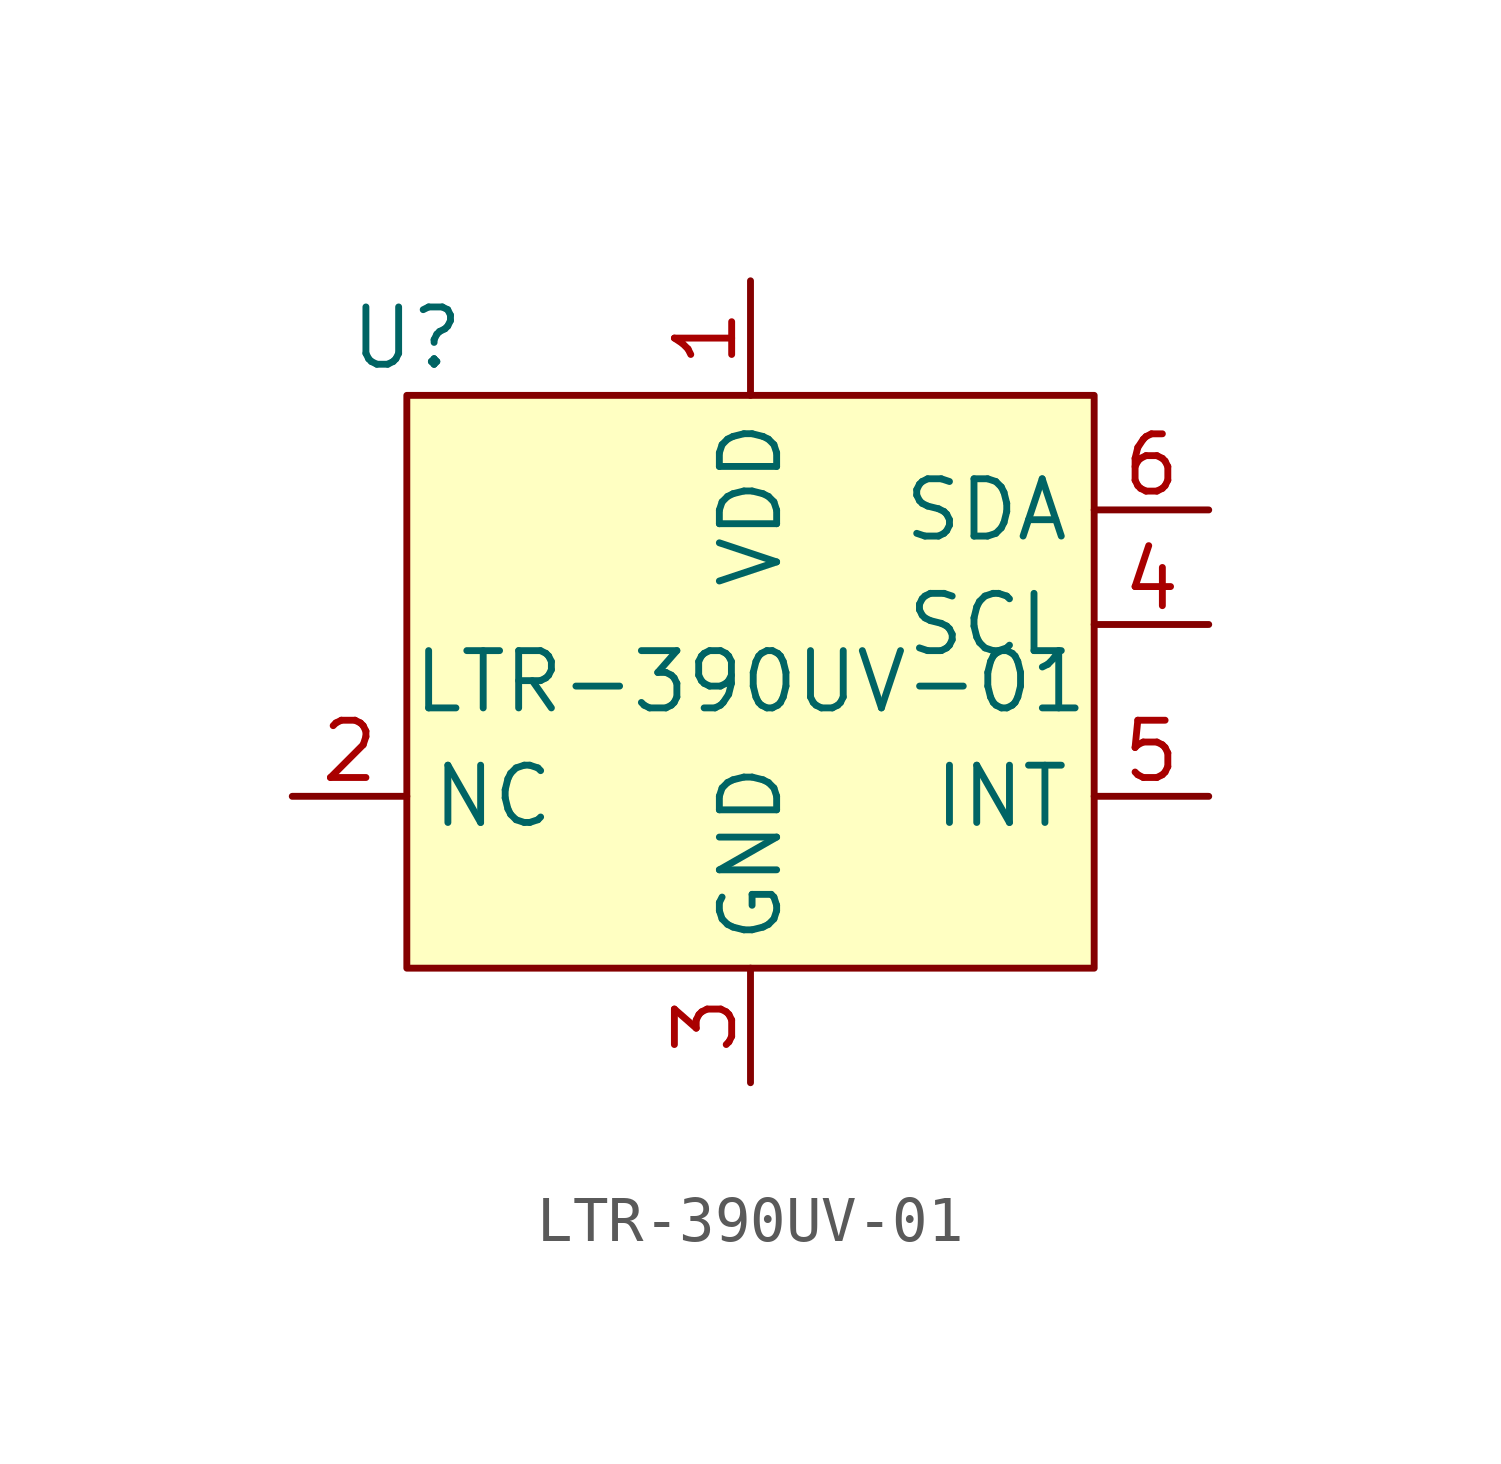
<source format=kicad_sym>
(kicad_symbol_lib
  (version 20241209)
  (generator "kicad_symbol_editor")
  (generator_version "9.0")
  (symbol "LTR-390UV-01"
    (property "Reference" "U"
      (at -7.62 7.62 0)
      (effects (font (size 1.27 1.27))))
    (property "Value" "LTR-390UV-01"
      (at 0 0 0)
      (effects (font (size 1.27 1.27))))
    (symbol "LTR-390UV-01_1_1"
      (rectangle (start -7.62 6.35) (end 7.62 -6.35) (stroke (width 0) (type solid)) (fill (type background)))
      (pin passive line (at -10.16 -2.54 0) (length 2.54) (name "NC" (effects (font (size 1.27 1.27)))) (number "2" (effects (font (size 1.27 1.27)))))
      (pin power_in line (at 0 8.89 270) (length 2.54) (name "VDD" (effects (font (size 1.27 1.27)))) (number "1" (effects (font (size 1.27 1.27)))))
      (pin power_in line (at 0 -8.89 90) (length 2.54) (name "GND" (effects (font (size 1.27 1.27)))) (number "3" (effects (font (size 1.27 1.27)))))
      (pin open_collector line (at 10.16 3.81 180) (length 2.54) (name "SDA" (effects (font (size 1.27 1.27)))) (number "6" (effects (font (size 1.27 1.27)))))
      (pin open_collector line (at 10.16 1.27 180) (length 2.54) (name "SCL" (effects (font (size 1.27 1.27)))) (number "4" (effects (font (size 1.27 1.27)))))
      (pin output line (at 10.16 -2.54 180) (length 2.54) (name "INT" (effects (font (size 1.27 1.27)))) (number "5" (effects (font (size 1.27 1.27))))))))
</source>
